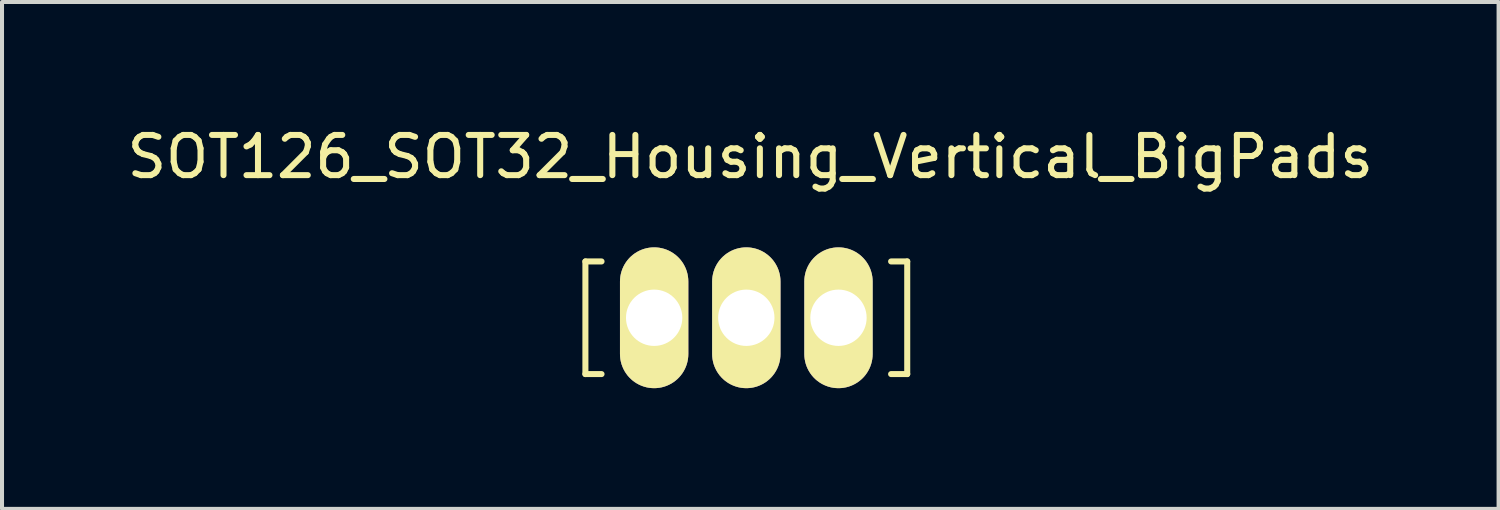
<source format=kicad_pcb>
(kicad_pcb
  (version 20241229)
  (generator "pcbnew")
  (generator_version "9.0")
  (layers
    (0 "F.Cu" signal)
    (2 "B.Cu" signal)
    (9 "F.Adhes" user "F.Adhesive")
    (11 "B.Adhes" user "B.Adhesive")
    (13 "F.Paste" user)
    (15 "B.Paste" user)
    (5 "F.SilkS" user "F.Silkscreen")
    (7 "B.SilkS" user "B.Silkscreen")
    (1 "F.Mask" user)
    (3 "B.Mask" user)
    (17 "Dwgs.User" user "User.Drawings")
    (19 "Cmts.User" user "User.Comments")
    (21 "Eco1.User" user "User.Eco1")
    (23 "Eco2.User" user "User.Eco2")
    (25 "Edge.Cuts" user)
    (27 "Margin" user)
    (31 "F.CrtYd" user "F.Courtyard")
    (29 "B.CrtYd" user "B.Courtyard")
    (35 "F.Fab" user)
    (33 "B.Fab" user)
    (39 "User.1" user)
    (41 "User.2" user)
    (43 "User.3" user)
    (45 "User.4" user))
  (footprint "SOT126_SOT32_Housing_Vertical_BigPads"
    (layer "F.Cu")
    (at 15.502 4.849)
    (property "Reference" "SOT126_SOT32_Housing_Vertical_BigPads" (at 0.099 -4 0) (layer "F.SilkS") (effects (font (size 1 1) (thickness 0.15))))
    (attr through_hole)
    (fp_line (start -4 -1.4) (end -4 1.4) (stroke (width 0.15) (type solid)) (layer "F.SilkS"))
    (fp_line (start -4 -1.4) (end -3.599 -1.4) (stroke (width 0.15) (type solid)) (layer "F.SilkS"))
    (fp_line (start -4 1.4) (end -3.599 1.4) (stroke (width 0.15) (type solid)) (layer "F.SilkS"))
    (fp_line (start 4 -1.4) (end 3.599 -1.4) (stroke (width 0.15) (type solid)) (layer "F.SilkS"))
    (fp_line (start 4 -1.4) (end 4 1.4) (stroke (width 0.15) (type solid)) (layer "F.SilkS"))
    (fp_line (start 4 1.4) (end 3.599 1.4) (stroke (width 0.15) (type solid)) (layer "F.SilkS"))
    (pad "1" thru_hole oval (at -2.291 0) (size 1.699 3.5) (drill 1.4) (layers "*.Cu" "*.Mask" "F.SilkS"))
    (pad "2" thru_hole oval (at 0 0) (size 1.699 3.5) (drill 1.4) (layers "*.Cu" "*.Mask" "F.SilkS"))
    (pad "3" thru_hole oval (at 2.291 0) (size 1.699 3.5) (drill 1.4) (layers "*.Cu" "*.Mask" "F.SilkS")))
  (gr_rect
    (start -3 -3)
    (end 34.202 9.599)
    (stroke (width 0.1) (type default))
    (fill no)
    (layer "Edge.Cuts")))
</source>
